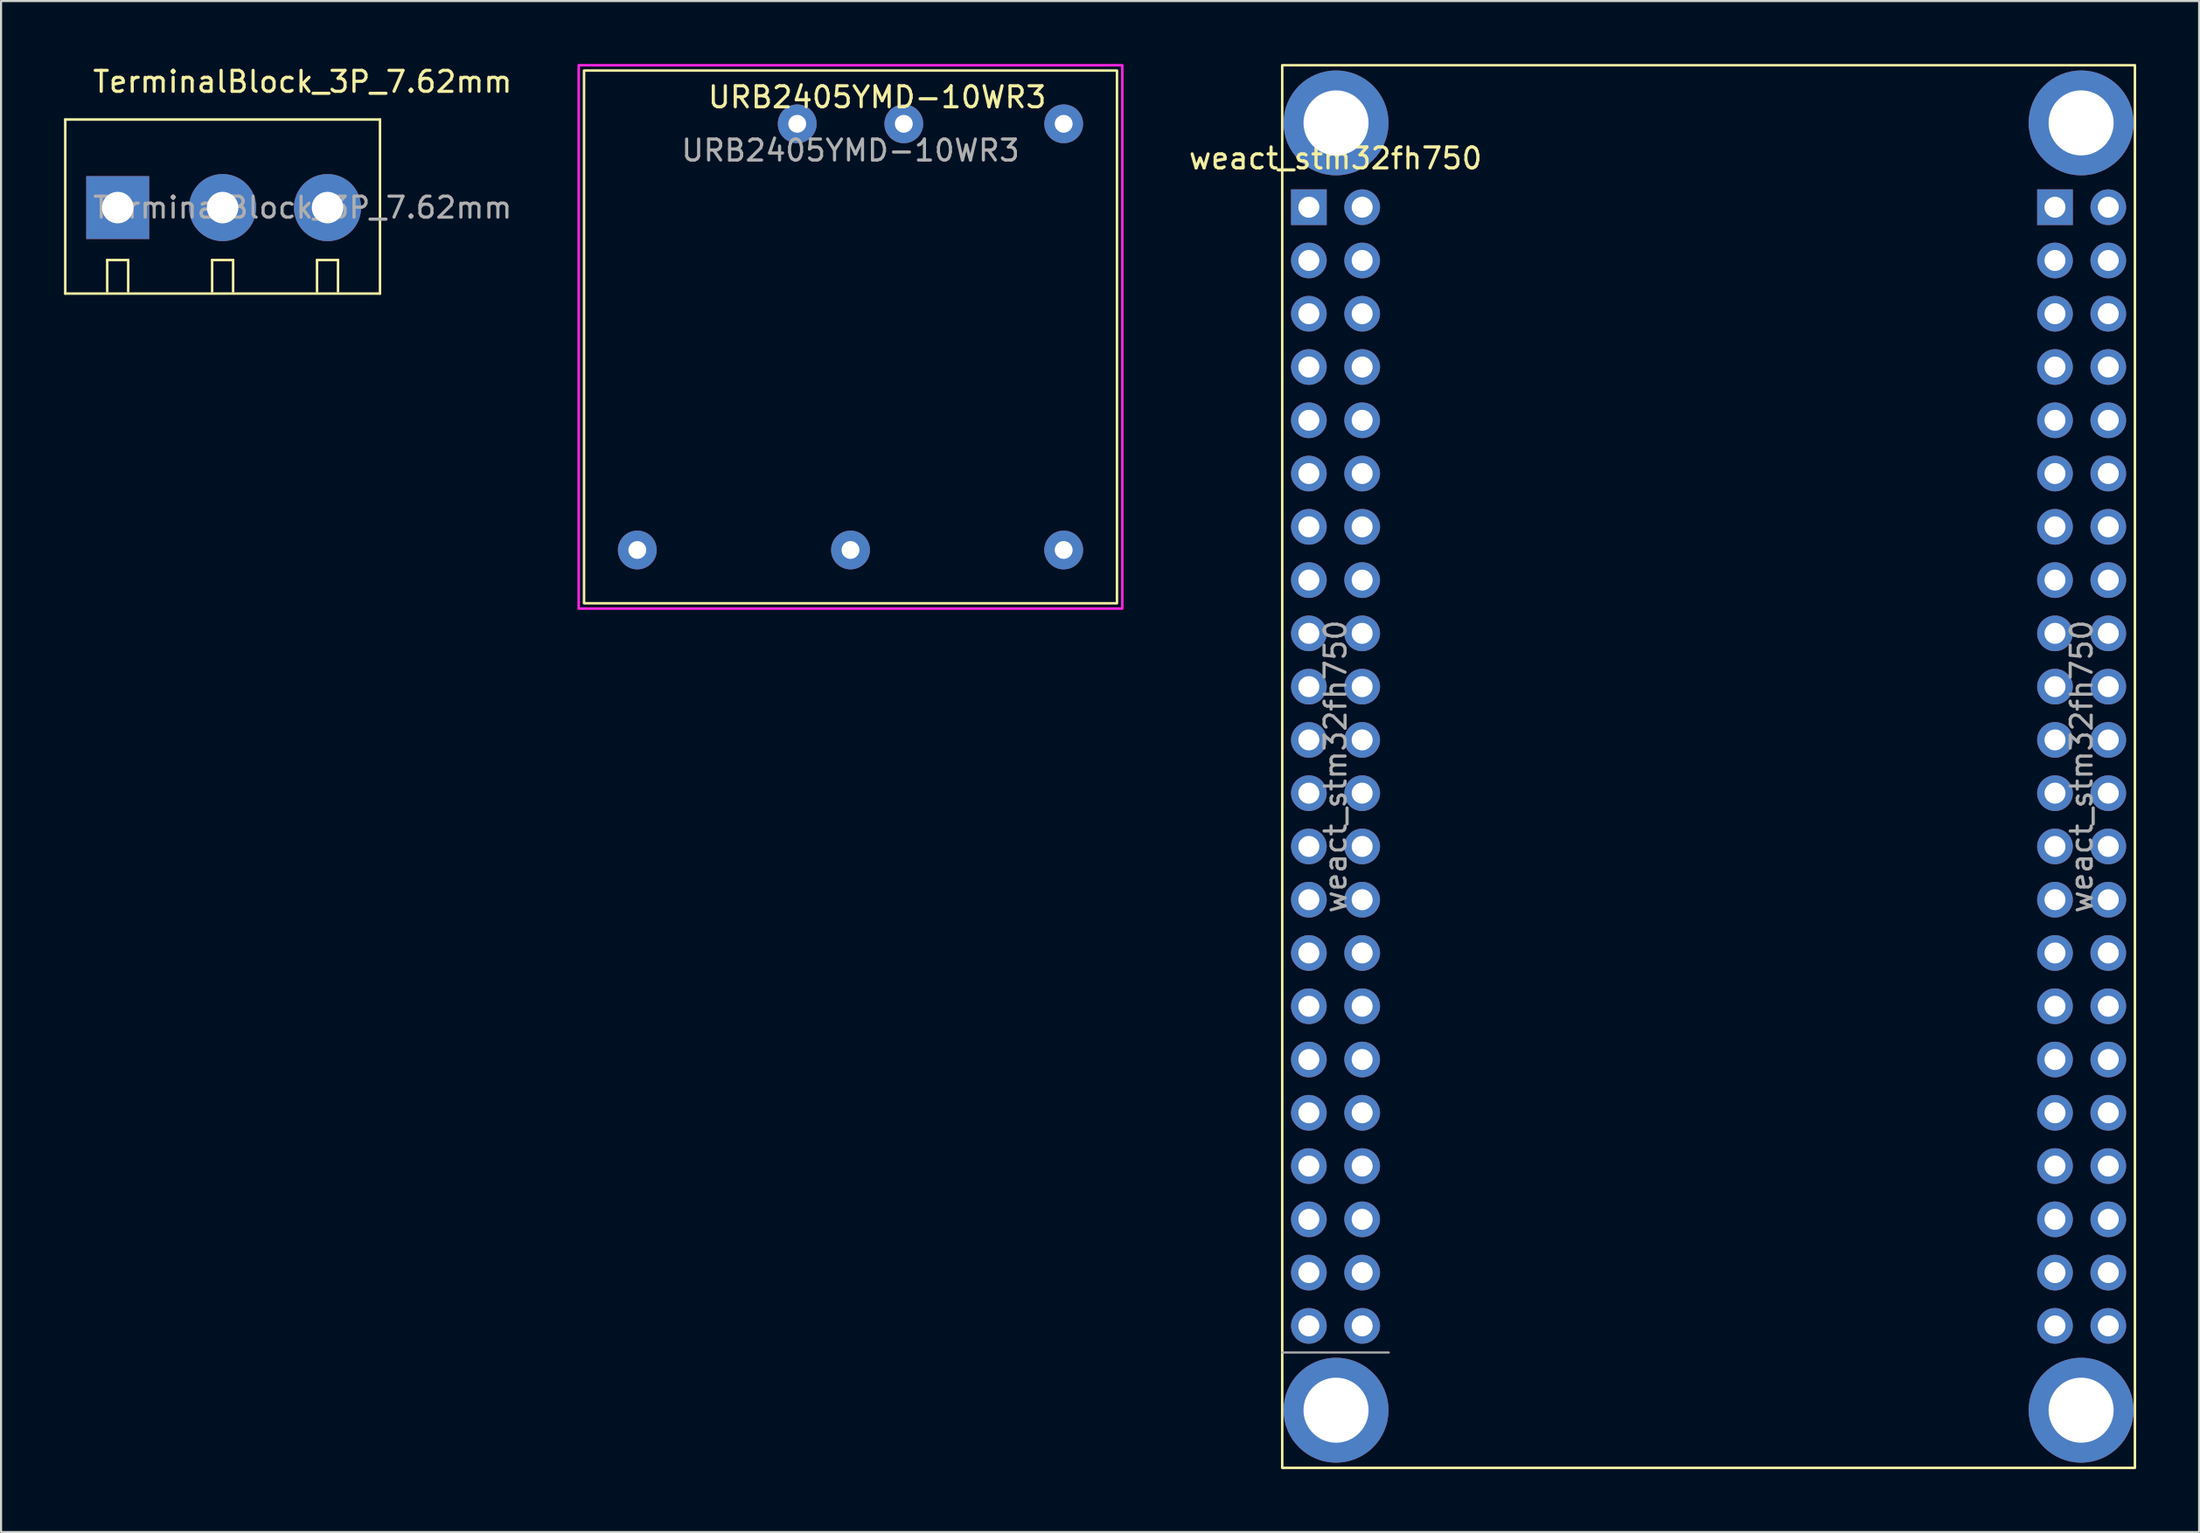
<source format=kicad_pcb>
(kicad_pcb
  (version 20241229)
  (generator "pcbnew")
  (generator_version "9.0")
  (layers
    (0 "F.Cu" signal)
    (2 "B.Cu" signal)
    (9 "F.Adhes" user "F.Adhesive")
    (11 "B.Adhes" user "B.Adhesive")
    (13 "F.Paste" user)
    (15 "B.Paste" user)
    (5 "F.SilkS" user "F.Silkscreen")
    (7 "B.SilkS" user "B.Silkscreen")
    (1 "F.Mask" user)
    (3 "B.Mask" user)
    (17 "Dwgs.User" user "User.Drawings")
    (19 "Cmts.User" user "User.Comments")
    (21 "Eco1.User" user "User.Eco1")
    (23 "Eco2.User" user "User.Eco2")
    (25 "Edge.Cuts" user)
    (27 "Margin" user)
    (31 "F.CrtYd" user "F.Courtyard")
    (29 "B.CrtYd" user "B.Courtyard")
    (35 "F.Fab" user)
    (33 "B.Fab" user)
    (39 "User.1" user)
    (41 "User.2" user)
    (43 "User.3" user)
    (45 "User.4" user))
  (footprint "URB2405YMD-10WR3"
    (layer "F.Cu")
    (at 37.485 13.014)
    (property "Reference" "URB2405YMD-10WR3" (at 1.27 -11.43 0) (layer "F.SilkS") (effects (font (size 1 1) (thickness 0.15))))
    (attr through_hole)
    (fp_rect (start -12.7 -12.7) (end 12.7 12.7) (stroke (width 0.12) (type default)) (fill no) (layer "F.SilkS"))
    (fp_rect (start -12.954 -12.954) (end 12.954 12.954) (stroke (width 0.12) (type default)) (fill no) (layer "F.CrtYd"))
    (fp_text user "${REFERENCE}" (at 0 -8.89 0) (layer "F.Fab") (effects (font (size 1 1) (thickness 0.15))))
    (pad "1" thru_hole circle (at 2.54 -10.16) (size 1.85 1.85) (drill 0.85) (layers "*.Cu" "*.Mask"))
    (pad "2" thru_hole circle (at -2.54 -10.16) (size 1.85 1.85) (drill 0.85) (layers "*.Cu" "*.Mask"))
    (pad "3" thru_hole circle (at -10.16 10.16) (size 1.85 1.85) (drill 0.85) (layers "*.Cu" "*.Mask"))
    (pad "4" thru_hole circle (at 0 10.16) (size 1.85 1.85) (drill 0.85) (layers "*.Cu" "*.Mask"))
    (pad "5" thru_hole circle (at 10.16 10.16) (size 1.85 1.85) (drill 0.85) (layers "*.Cu" "*.Mask"))
    (pad "6" thru_hole circle (at 10.16 -10.16) (size 1.85 1.85) (drill 0.85) (layers "*.Cu" "*.Mask")))
  (footprint "TerminalBlock_3P_7.62mm"
    (layer "F.Cu")
    (at 7.56 6.848)
    (property "Reference" "TerminalBlock_3P_7.62mm" (at 3.81 -6 0) (layer "F.SilkS") (effects (font (size 1 1) (thickness 0.15))))
    (attr through_hole)
    (fp_line (start -7.5 -4.2) (end 7.5 -4.2) (stroke (width 0.12) (type solid)) (layer "F.SilkS"))
    (fp_line (start -7.5 4.1) (end -7.5 -4.2) (stroke (width 0.12) (type solid)) (layer "F.SilkS"))
    (fp_line (start -5.5 2.5) (end -4.5 2.5) (stroke (width 0.12) (type solid)) (layer "F.SilkS"))
    (fp_line (start -5.5 4) (end -5.5 2.5) (stroke (width 0.12) (type solid)) (layer "F.SilkS"))
    (fp_line (start -4.5 2.5) (end -4.5 4) (stroke (width 0.12) (type solid)) (layer "F.SilkS"))
    (fp_line (start -0.5 2.5) (end 0.5 2.5) (stroke (width 0.12) (type solid)) (layer "F.SilkS"))
    (fp_line (start -0.5 4) (end -0.5 2.5) (stroke (width 0.12) (type solid)) (layer "F.SilkS"))
    (fp_line (start 0.5 2.5) (end 0.5 4) (stroke (width 0.12) (type solid)) (layer "F.SilkS"))
    (fp_line (start 4.5 2.5) (end 5.5 2.5) (stroke (width 0.12) (type solid)) (layer "F.SilkS"))
    (fp_line (start 4.5 4) (end 4.5 2.5) (stroke (width 0.12) (type solid)) (layer "F.SilkS"))
    (fp_line (start 5.5 2.5) (end 5.5 4) (stroke (width 0.12) (type solid)) (layer "F.SilkS"))
    (fp_line (start 7.5 -4.2) (end 7.5 4.1) (stroke (width 0.12) (type solid)) (layer "F.SilkS"))
    (fp_line (start 7.5 4.1) (end -7.5 4.1) (stroke (width 0.12) (type solid)) (layer "F.SilkS"))
    (fp_text user "${REFERENCE}" (at 3.81 0 0) (layer "F.Fab") (effects (font (size 1 1) (thickness 0.15))))
    (pad "1" thru_hole rect (at -5 0) (size 3 3) (drill 1.5) (layers "*.Cu" "*.Mask"))
    (pad "2" thru_hole circle (at 0 0) (size 3.2 3.2) (drill 1.5) (layers "*.Cu" "*.Mask"))
    (pad "3" thru_hole circle (at 5 0) (size 3.2 3.2) (drill 1.5) (layers "*.Cu" "*.Mask")))
  (footprint "weact_stm32fh750"
    (layer "F.Cu")
    (at 78.38 33.5)
    (property "Reference" "weact_stm32fh750" (at -17.78 -29 0) (layer "F.SilkS") (effects (font (size 1 1) (thickness 0.15))))
    (attr through_hole)
    (fp_rect (start -20.32 -33.44) (end 20.32 33.44) (stroke (width 0.12) (type default)) (fill no) (layer "F.SilkS"))
    (fp_line (start -15.24 27.94) (end -20.32 27.94) (stroke (width 0.1) (type solid)) (layer "F.Fab"))
    (fp_text user "${REFERENCE}" (at 17.78 0 90) (layer "F.Fab") (effects (font (size 1 1) (thickness 0.15))))
    (fp_text user "${REFERENCE}" (at -17.78 0 90) (layer "F.Fab") (effects (font (size 1 1) (thickness 0.15))))
    (pad "" thru_hole oval (at -17.755 -30.69) (size 5 5) (drill 3.1) (layers "*.Cu" "*.Mask"))
    (pad "" thru_hole oval (at -17.755 30.69) (size 5 5) (drill 3.1) (layers "*.Cu" "*.Mask"))
    (pad "" thru_hole oval (at 17.755 -30.69) (size 5 5) (drill 3.1) (layers "*.Cu" "*.Mask"))
    (pad "" thru_hole oval (at 17.755 30.69) (size 5 5) (drill 3.1) (layers "*.Cu" "*.Mask"))
    (pad "1" thru_hole rect (at -19.05 -26.67) (size 1.7 1.7) (drill 1) (layers "*.Cu" "*.Mask"))
    (pad "2" thru_hole oval (at -16.51 -26.67) (size 1.7 1.7) (drill 1) (layers "*.Cu" "*.Mask"))
    (pad "3" thru_hole oval (at -19.05 -24.13) (size 1.7 1.7) (drill 1) (layers "*.Cu" "*.Mask"))
    (pad "4" thru_hole oval (at -16.51 -24.13) (size 1.7 1.7) (drill 1) (layers "*.Cu" "*.Mask"))
    (pad "5" thru_hole oval (at -19.05 -21.59) (size 1.7 1.7) (drill 1) (layers "*.Cu" "*.Mask"))
    (pad "6" thru_hole oval (at -16.51 -21.59) (size 1.7 1.7) (drill 1) (layers "*.Cu" "*.Mask"))
    (pad "7" thru_hole oval (at -19.05 -19.05) (size 1.7 1.7) (drill 1) (layers "*.Cu" "*.Mask"))
    (pad "8" thru_hole oval (at -16.51 -19.05) (size 1.7 1.7) (drill 1) (layers "*.Cu" "*.Mask"))
    (pad "9" thru_hole oval (at -19.05 -16.51) (size 1.7 1.7) (drill 1) (layers "*.Cu" "*.Mask"))
    (pad "10" thru_hole oval (at -16.51 -16.51) (size 1.7 1.7) (drill 1) (layers "*.Cu" "*.Mask"))
    (pad "11" thru_hole oval (at -19.05 -13.97) (size 1.7 1.7) (drill 1) (layers "*.Cu" "*.Mask"))
    (pad "12" thru_hole oval (at -16.51 -13.97) (size 1.7 1.7) (drill 1) (layers "*.Cu" "*.Mask"))
    (pad "13" thru_hole oval (at -19.05 -11.43) (size 1.7 1.7) (drill 1) (layers "*.Cu" "*.Mask"))
    (pad "14" thru_hole oval (at -16.51 -11.43) (size 1.7 1.7) (drill 1) (layers "*.Cu" "*.Mask"))
    (pad "15" thru_hole oval (at -19.05 -8.89) (size 1.7 1.7) (drill 1) (layers "*.Cu" "*.Mask"))
    (pad "16" thru_hole oval (at -16.51 -8.89) (size 1.7 1.7) (drill 1) (layers "*.Cu" "*.Mask"))
    (pad "17" thru_hole oval (at -19.05 -6.35) (size 1.7 1.7) (drill 1) (layers "*.Cu" "*.Mask"))
    (pad "18" thru_hole oval (at -16.51 -6.35) (size 1.7 1.7) (drill 1) (layers "*.Cu" "*.Mask"))
    (pad "19" thru_hole oval (at -19.05 -3.81) (size 1.7 1.7) (drill 1) (layers "*.Cu" "*.Mask"))
    (pad "20" thru_hole oval (at -16.51 -3.81) (size 1.7 1.7) (drill 1) (layers "*.Cu" "*.Mask"))
    (pad "21" thru_hole oval (at -19.05 -1.27) (size 1.7 1.7) (drill 1) (layers "*.Cu" "*.Mask"))
    (pad "22" thru_hole oval (at -16.51 -1.27) (size 1.7 1.7) (drill 1) (layers "*.Cu" "*.Mask"))
    (pad "23" thru_hole oval (at -19.05 1.27) (size 1.7 1.7) (drill 1) (layers "*.Cu" "*.Mask"))
    (pad "24" thru_hole oval (at -16.51 1.27) (size 1.7 1.7) (drill 1) (layers "*.Cu" "*.Mask"))
    (pad "25" thru_hole oval (at -19.05 3.81) (size 1.7 1.7) (drill 1) (layers "*.Cu" "*.Mask"))
    (pad "26" thru_hole oval (at -16.51 3.81) (size 1.7 1.7) (drill 1) (layers "*.Cu" "*.Mask"))
    (pad "27" thru_hole oval (at -19.05 6.35) (size 1.7 1.7) (drill 1) (layers "*.Cu" "*.Mask"))
    (pad "28" thru_hole oval (at -16.51 6.35) (size 1.7 1.7) (drill 1) (layers "*.Cu" "*.Mask"))
    (pad "29" thru_hole oval (at -19.05 8.89) (size 1.7 1.7) (drill 1) (layers "*.Cu" "*.Mask"))
    (pad "30" thru_hole oval (at -16.51 8.89) (size 1.7 1.7) (drill 1) (layers "*.Cu" "*.Mask"))
    (pad "31" thru_hole oval (at -19.05 11.43) (size 1.7 1.7) (drill 1) (layers "*.Cu" "*.Mask"))
    (pad "32" thru_hole oval (at -16.51 11.43) (size 1.7 1.7) (drill 1) (layers "*.Cu" "*.Mask"))
    (pad "33" thru_hole oval (at -19.05 13.97) (size 1.7 1.7) (drill 1) (layers "*.Cu" "*.Mask"))
    (pad "34" thru_hole oval (at -16.51 13.97) (size 1.7 1.7) (drill 1) (layers "*.Cu" "*.Mask"))
    (pad "35" thru_hole oval (at -19.05 16.51) (size 1.7 1.7) (drill 1) (layers "*.Cu" "*.Mask"))
    (pad "36" thru_hole oval (at -16.51 16.51) (size 1.7 1.7) (drill 1) (layers "*.Cu" "*.Mask"))
    (pad "37" thru_hole oval (at -19.05 19.05) (size 1.7 1.7) (drill 1) (layers "*.Cu" "*.Mask"))
    (pad "38" thru_hole oval (at -16.51 19.05) (size 1.7 1.7) (drill 1) (layers "*.Cu" "*.Mask"))
    (pad "39" thru_hole oval (at -19.05 21.59) (size 1.7 1.7) (drill 1) (layers "*.Cu" "*.Mask"))
    (pad "40" thru_hole oval (at -16.51 21.59) (size 1.7 1.7) (drill 1) (layers "*.Cu" "*.Mask"))
    (pad "41" thru_hole oval (at -19.05 24.13) (size 1.7 1.7) (drill 1) (layers "*.Cu" "*.Mask"))
    (pad "42" thru_hole oval (at -16.51 24.13) (size 1.7 1.7) (drill 1) (layers "*.Cu" "*.Mask"))
    (pad "43" thru_hole oval (at -19.05 26.67) (size 1.7 1.7) (drill 1) (layers "*.Cu" "*.Mask"))
    (pad "44" thru_hole oval (at -16.51 26.67) (size 1.7 1.7) (drill 1) (layers "*.Cu" "*.Mask"))
    (pad "45" thru_hole rect (at 16.51 -26.67) (size 1.7 1.7) (drill 1) (layers "*.Cu" "*.Mask"))
    (pad "46" thru_hole oval (at 19.05 -26.67) (size 1.7 1.7) (drill 1) (layers "*.Cu" "*.Mask"))
    (pad "47" thru_hole oval (at 16.51 -24.13) (size 1.7 1.7) (drill 1) (layers "*.Cu" "*.Mask"))
    (pad "48" thru_hole oval (at 19.05 -24.13) (size 1.7 1.7) (drill 1) (layers "*.Cu" "*.Mask"))
    (pad "49" thru_hole oval (at 16.51 -21.59) (size 1.7 1.7) (drill 1) (layers "*.Cu" "*.Mask"))
    (pad "50" thru_hole oval (at 19.05 -21.59) (size 1.7 1.7) (drill 1) (layers "*.Cu" "*.Mask"))
    (pad "51" thru_hole oval (at 16.51 -19.05) (size 1.7 1.7) (drill 1) (layers "*.Cu" "*.Mask"))
    (pad "52" thru_hole oval (at 19.05 -19.05) (size 1.7 1.7) (drill 1) (layers "*.Cu" "*.Mask"))
    (pad "53" thru_hole oval (at 16.51 -16.51) (size 1.7 1.7) (drill 1) (layers "*.Cu" "*.Mask"))
    (pad "54" thru_hole oval (at 19.05 -16.51) (size 1.7 1.7) (drill 1) (layers "*.Cu" "*.Mask"))
    (pad "55" thru_hole oval (at 16.51 -13.97) (size 1.7 1.7) (drill 1) (layers "*.Cu" "*.Mask"))
    (pad "56" thru_hole oval (at 19.05 -13.97) (size 1.7 1.7) (drill 1) (layers "*.Cu" "*.Mask"))
    (pad "57" thru_hole oval (at 16.51 -11.43) (size 1.7 1.7) (drill 1) (layers "*.Cu" "*.Mask"))
    (pad "58" thru_hole oval (at 19.05 -11.43) (size 1.7 1.7) (drill 1) (layers "*.Cu" "*.Mask"))
    (pad "59" thru_hole oval (at 16.51 -8.89) (size 1.7 1.7) (drill 1) (layers "*.Cu" "*.Mask"))
    (pad "60" thru_hole oval (at 19.05 -8.89) (size 1.7 1.7) (drill 1) (layers "*.Cu" "*.Mask"))
    (pad "61" thru_hole oval (at 16.51 -6.35) (size 1.7 1.7) (drill 1) (layers "*.Cu" "*.Mask"))
    (pad "62" thru_hole oval (at 19.05 -6.35) (size 1.7 1.7) (drill 1) (layers "*.Cu" "*.Mask"))
    (pad "63" thru_hole oval (at 16.51 -3.81) (size 1.7 1.7) (drill 1) (layers "*.Cu" "*.Mask"))
    (pad "64" thru_hole oval (at 19.05 -3.81) (size 1.7 1.7) (drill 1) (layers "*.Cu" "*.Mask"))
    (pad "65" thru_hole oval (at 16.51 -1.27) (size 1.7 1.7) (drill 1) (layers "*.Cu" "*.Mask"))
    (pad "66" thru_hole oval (at 19.05 -1.27) (size 1.7 1.7) (drill 1) (layers "*.Cu" "*.Mask"))
    (pad "67" thru_hole oval (at 16.51 1.27) (size 1.7 1.7) (drill 1) (layers "*.Cu" "*.Mask"))
    (pad "68" thru_hole oval (at 19.05 1.27) (size 1.7 1.7) (drill 1) (layers "*.Cu" "*.Mask"))
    (pad "69" thru_hole oval (at 16.51 3.81) (size 1.7 1.7) (drill 1) (layers "*.Cu" "*.Mask"))
    (pad "70" thru_hole oval (at 19.05 3.81) (size 1.7 1.7) (drill 1) (layers "*.Cu" "*.Mask"))
    (pad "71" thru_hole oval (at 16.51 6.35) (size 1.7 1.7) (drill 1) (layers "*.Cu" "*.Mask"))
    (pad "72" thru_hole oval (at 19.05 6.35) (size 1.7 1.7) (drill 1) (layers "*.Cu" "*.Mask"))
    (pad "73" thru_hole oval (at 16.51 8.89) (size 1.7 1.7) (drill 1) (layers "*.Cu" "*.Mask"))
    (pad "74" thru_hole oval (at 19.05 8.89) (size 1.7 1.7) (drill 1) (layers "*.Cu" "*.Mask"))
    (pad "75" thru_hole oval (at 16.51 11.43) (size 1.7 1.7) (drill 1) (layers "*.Cu" "*.Mask"))
    (pad "76" thru_hole oval (at 19.05 11.43) (size 1.7 1.7) (drill 1) (layers "*.Cu" "*.Mask"))
    (pad "77" thru_hole oval (at 16.51 13.97) (size 1.7 1.7) (drill 1) (layers "*.Cu" "*.Mask"))
    (pad "78" thru_hole oval (at 19.05 13.97) (size 1.7 1.7) (drill 1) (layers "*.Cu" "*.Mask"))
    (pad "79" thru_hole oval (at 16.51 16.51) (size 1.7 1.7) (drill 1) (layers "*.Cu" "*.Mask"))
    (pad "80" thru_hole oval (at 19.05 16.51) (size 1.7 1.7) (drill 1) (layers "*.Cu" "*.Mask"))
    (pad "81" thru_hole oval (at 16.51 19.05) (size 1.7 1.7) (drill 1) (layers "*.Cu" "*.Mask"))
    (pad "82" thru_hole oval (at 19.05 19.05) (size 1.7 1.7) (drill 1) (layers "*.Cu" "*.Mask"))
    (pad "83" thru_hole oval (at 16.51 21.59) (size 1.7 1.7) (drill 1) (layers "*.Cu" "*.Mask"))
    (pad "84" thru_hole oval (at 19.05 21.59) (size 1.7 1.7) (drill 1) (layers "*.Cu" "*.Mask"))
    (pad "85" thru_hole oval (at 16.51 24.13) (size 1.7 1.7) (drill 1) (layers "*.Cu" "*.Mask"))
    (pad "86" thru_hole oval (at 19.05 24.13) (size 1.7 1.7) (drill 1) (layers "*.Cu" "*.Mask"))
    (pad "87" thru_hole oval (at 16.51 26.67) (size 1.7 1.7) (drill 1) (layers "*.Cu" "*.Mask"))
    (pad "88" thru_hole oval (at 19.05 26.67) (size 1.7 1.7) (drill 1) (layers "*.Cu" "*.Mask")))
  (gr_rect
    (start -3 -3)
    (end 101.76 70)
    (stroke (width 0.1) (type default))
    (fill no)
    (layer "Edge.Cuts")))
</source>
